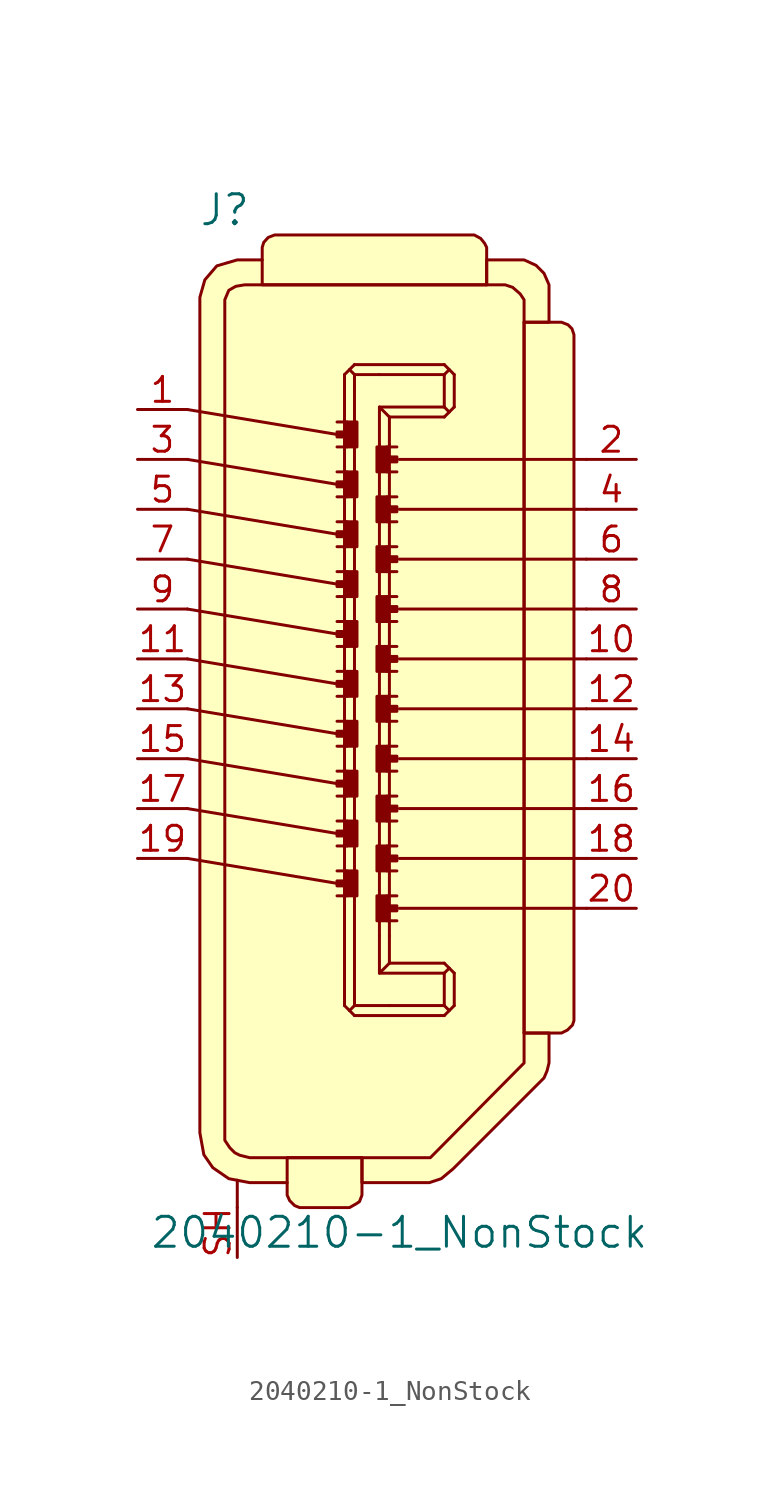
<source format=kicad_sym>
(kicad_symbol_lib
  (version 20211014)
  (generator kicad_symbol_editor)
  (symbol "2040210-1_NonStock"
    (pin_names
      (offset 1.016))
    (property "Reference" "J"
      (at -8.255 20.32 0)
      (effects (font (size 1.524 1.524))))
    (property "Value" "2040210-1_NonStock"
      (at 0.635 -31.75 0)
      (effects (font (size 1.524 1.524))))
    (symbol "2040210-1_NonStock_0_1"
      (polyline (pts (xy -10.16 -12.7) (xy -2.54 -13.97)) (stroke (width 0) (type default) (color 0 0 0 0)) (fill (type none)))
      (polyline (pts (xy -10.16 -10.16) (xy -2.54 -11.43)) (stroke (width 0) (type default) (color 0 0 0 0)) (fill (type none)))
      (polyline (pts (xy -10.16 -7.62) (xy -2.54 -8.89)) (stroke (width 0) (type default) (color 0 0 0 0)) (fill (type none)))
      (polyline (pts (xy -10.16 -5.08) (xy -2.54 -6.35)) (stroke (width 0) (type default) (color 0 0 0 0)) (fill (type none)))
      (polyline (pts (xy -10.16 -2.54) (xy -2.54 -3.81)) (stroke (width 0) (type default) (color 0 0 0 0)) (fill (type none)))
      (polyline (pts (xy -10.16 0) (xy -2.54 -1.27)) (stroke (width 0) (type default) (color 0 0 0 0)) (fill (type none)))
      (polyline (pts (xy -10.16 2.54) (xy -2.54 1.27)) (stroke (width 0) (type default) (color 0 0 0 0)) (fill (type none)))
      (polyline (pts (xy -10.16 5.08) (xy -2.54 3.81)) (stroke (width 0) (type default) (color 0 0 0 0)) (fill (type none)))
      (polyline (pts (xy -10.16 7.62) (xy -2.54 6.35)) (stroke (width 0) (type default) (color 0 0 0 0)) (fill (type none)))
      (polyline (pts (xy -10.16 10.16) (xy -2.54 8.89)) (stroke (width 0) (type default) (color 0 0 0 0)) (fill (type none)))
      (polyline (pts (xy -7.62 -30.48) (xy -7.62 -29.083)) (stroke (width 0) (type default) (color 0 0 0 0)) (fill (type none)))
      (polyline (pts (xy -2.159 -20.193) (xy -1.651 -20.701)) (stroke (width 0) (type default) (color 0 0 0 0)) (fill (type none)))
      (polyline (pts (xy -2.159 -17.907) (xy -2.159 -20.193)) (stroke (width 0) (type default) (color 0 0 0 0)) (fill (type none)))
      (polyline (pts (xy -2.159 9.652) (xy -2.159 -17.907)) (stroke (width 0) (type default) (color 0 0 0 0)) (fill (type none)))
      (polyline (pts (xy -2.159 9.652) (xy -2.159 11.938)) (stroke (width 0) (type default) (color 0 0 0 0)) (fill (type none)))
      (polyline (pts (xy -2.159 11.938) (xy -1.651 12.446)) (stroke (width 0) (type default) (color 0 0 0 0)) (fill (type none)))
      (polyline (pts (xy -2.032 -14.605) (xy -2.54 -14.605)) (stroke (width 0) (type default) (color 0 0 0 0)) (fill (type none)))
      (polyline (pts (xy -2.032 -13.335) (xy -2.54 -13.335)) (stroke (width 0) (type default) (color 0 0 0 0)) (fill (type none)))
      (polyline (pts (xy -2.032 -12.065) (xy -2.54 -12.065)) (stroke (width 0) (type default) (color 0 0 0 0)) (fill (type none)))
      (polyline (pts (xy -2.032 -10.795) (xy -2.54 -10.795)) (stroke (width 0) (type default) (color 0 0 0 0)) (fill (type none)))
      (polyline (pts (xy -2.032 -9.525) (xy -2.54 -9.525)) (stroke (width 0) (type default) (color 0 0 0 0)) (fill (type none)))
      (polyline (pts (xy -2.032 -8.255) (xy -2.54 -8.255)) (stroke (width 0) (type default) (color 0 0 0 0)) (fill (type none)))
      (polyline (pts (xy -2.032 -6.985) (xy -2.54 -6.985)) (stroke (width 0) (type default) (color 0 0 0 0)) (fill (type none)))
      (polyline (pts (xy -2.032 -5.715) (xy -2.54 -5.715)) (stroke (width 0) (type default) (color 0 0 0 0)) (fill (type none)))
      (polyline (pts (xy -2.032 -4.445) (xy -2.54 -4.445)) (stroke (width 0) (type default) (color 0 0 0 0)) (fill (type none)))
      (polyline (pts (xy -2.032 -3.175) (xy -2.54 -3.175)) (stroke (width 0) (type default) (color 0 0 0 0)) (fill (type none)))
      (polyline (pts (xy -2.032 -1.905) (xy -2.54 -1.905)) (stroke (width 0) (type default) (color 0 0 0 0)) (fill (type none)))
      (polyline (pts (xy -2.032 -0.635) (xy -2.54 -0.635)) (stroke (width 0) (type default) (color 0 0 0 0)) (fill (type none)))
      (polyline (pts (xy -2.032 0.635) (xy -2.54 0.635)) (stroke (width 0) (type default) (color 0 0 0 0)) (fill (type none)))
      (polyline (pts (xy -2.032 1.905) (xy -2.54 1.905)) (stroke (width 0) (type default) (color 0 0 0 0)) (fill (type none)))
      (polyline (pts (xy -2.032 3.175) (xy -2.54 3.175)) (stroke (width 0) (type default) (color 0 0 0 0)) (fill (type none)))
      (polyline (pts (xy -2.032 4.445) (xy -2.54 4.445)) (stroke (width 0) (type default) (color 0 0 0 0)) (fill (type none)))
      (polyline (pts (xy -2.032 5.715) (xy -2.54 5.715)) (stroke (width 0) (type default) (color 0 0 0 0)) (fill (type none)))
      (polyline (pts (xy -2.032 6.985) (xy -2.54 6.985)) (stroke (width 0) (type default) (color 0 0 0 0)) (fill (type none)))
      (polyline (pts (xy -2.032 8.255) (xy -2.54 8.255)) (stroke (width 0) (type default) (color 0 0 0 0)) (fill (type none)))
      (polyline (pts (xy -2.032 9.525) (xy -2.54 9.525)) (stroke (width 0) (type default) (color 0 0 0 0)) (fill (type none)))
      (polyline (pts (xy -1.651 -20.193) (xy -1.905 -20.447)) (stroke (width 0) (type default) (color 0 0 0 0)) (fill (type none)))
      (polyline (pts (xy -1.651 -17.907) (xy -1.651 -19.558)) (stroke (width 0) (type default) (color 0 0 0 0)) (fill (type none)))
      (polyline (pts (xy -1.651 9.652) (xy -1.651 -17.907)) (stroke (width 0) (type default) (color 0 0 0 0)) (fill (type none)))
      (polyline (pts (xy -1.651 9.652) (xy -1.651 11.303)) (stroke (width 0) (type default) (color 0 0 0 0)) (fill (type none)))
      (polyline (pts (xy -1.651 11.938) (xy -1.905 12.192)) (stroke (width 0) (type default) (color 0 0 0 0)) (fill (type none)))
      (polyline (pts (xy -0.381 -18.542) (xy 2.921 -18.542)) (stroke (width 0) (type default) (color 0 0 0 0)) (fill (type none)))
      (polyline (pts (xy -0.381 8.382) (xy -0.381 -16.637)) (stroke (width 0) (type default) (color 0 0 0 0)) (fill (type none)))
      (polyline (pts (xy -0.381 10.287) (xy 2.921 10.287)) (stroke (width 0) (type default) (color 0 0 0 0)) (fill (type none)))
      (polyline (pts (xy -0.381 11.938) (xy 2.921 11.938)) (stroke (width 0) (type default) (color 0 0 0 0)) (fill (type none)))
      (polyline (pts (xy 0 -15.875) (xy 0.508 -15.875)) (stroke (width 0) (type default) (color 0 0 0 0)) (fill (type none)))
      (polyline (pts (xy 0 -14.605) (xy 0.508 -14.605)) (stroke (width 0) (type default) (color 0 0 0 0)) (fill (type none)))
      (polyline (pts (xy 0 -13.335) (xy 0.508 -13.335)) (stroke (width 0) (type default) (color 0 0 0 0)) (fill (type none)))
      (polyline (pts (xy 0 -12.065) (xy 0.508 -12.065)) (stroke (width 0) (type default) (color 0 0 0 0)) (fill (type none)))
      (polyline (pts (xy 0 -10.795) (xy 0.508 -10.795)) (stroke (width 0) (type default) (color 0 0 0 0)) (fill (type none)))
      (polyline (pts (xy 0 -9.525) (xy 0.508 -9.525)) (stroke (width 0) (type default) (color 0 0 0 0)) (fill (type none)))
      (polyline (pts (xy 0 -8.255) (xy 0.508 -8.255)) (stroke (width 0) (type default) (color 0 0 0 0)) (fill (type none)))
      (polyline (pts (xy 0 -6.985) (xy 0.508 -6.985)) (stroke (width 0) (type default) (color 0 0 0 0)) (fill (type none)))
      (polyline (pts (xy 0 -5.715) (xy 0.508 -5.715)) (stroke (width 0) (type default) (color 0 0 0 0)) (fill (type none)))
      (polyline (pts (xy 0 -4.445) (xy 0.508 -4.445)) (stroke (width 0) (type default) (color 0 0 0 0)) (fill (type none)))
      (polyline (pts (xy 0 -3.175) (xy 0.508 -3.175)) (stroke (width 0) (type default) (color 0 0 0 0)) (fill (type none)))
      (polyline (pts (xy 0 -1.905) (xy 0.508 -1.905)) (stroke (width 0) (type default) (color 0 0 0 0)) (fill (type none)))
      (polyline (pts (xy 0 -0.635) (xy 0.508 -0.635)) (stroke (width 0) (type default) (color 0 0 0 0)) (fill (type none)))
      (polyline (pts (xy 0 0.635) (xy 0.508 0.635)) (stroke (width 0) (type default) (color 0 0 0 0)) (fill (type none)))
      (polyline (pts (xy 0 1.905) (xy 0.508 1.905)) (stroke (width 0) (type default) (color 0 0 0 0)) (fill (type none)))
      (polyline (pts (xy 0 3.175) (xy 0.508 3.175)) (stroke (width 0) (type default) (color 0 0 0 0)) (fill (type none)))
      (polyline (pts (xy 0 4.445) (xy 0.508 4.445)) (stroke (width 0) (type default) (color 0 0 0 0)) (fill (type none)))
      (polyline (pts (xy 0 5.715) (xy 0.508 5.715)) (stroke (width 0) (type default) (color 0 0 0 0)) (fill (type none)))
      (polyline (pts (xy 0 6.985) (xy 0.508 6.985)) (stroke (width 0) (type default) (color 0 0 0 0)) (fill (type none)))
      (polyline (pts (xy 0 8.255) (xy 0.508 8.255)) (stroke (width 0) (type default) (color 0 0 0 0)) (fill (type none)))
      (polyline (pts (xy 0.127 -20.193) (xy 2.921 -20.193)) (stroke (width 0) (type default) (color 0 0 0 0)) (fill (type none)))
      (polyline (pts (xy 0.127 -18.034) (xy 2.921 -18.034)) (stroke (width 0) (type default) (color 0 0 0 0)) (fill (type none)))
      (polyline (pts (xy 0.127 -16.637) (xy 0.127 -18.034)) (stroke (width 0) (type default) (color 0 0 0 0)) (fill (type none)))
      (polyline (pts (xy 0.127 8.382) (xy 0.127 -16.637)) (stroke (width 0) (type default) (color 0 0 0 0)) (fill (type none)))
      (polyline (pts (xy 0.127 8.382) (xy 0.127 9.779)) (stroke (width 0) (type default) (color 0 0 0 0)) (fill (type none)))
      (polyline (pts (xy 0.127 9.779) (xy 2.921 9.779)) (stroke (width 0) (type default) (color 0 0 0 0)) (fill (type none)))
      (polyline (pts (xy 2.921 -20.701) (xy -1.651 -20.701)) (stroke (width 0) (type default) (color 0 0 0 0)) (fill (type none)))
      (polyline (pts (xy 2.921 -20.701) (xy 3.429 -20.193)) (stroke (width 0) (type default) (color 0 0 0 0)) (fill (type none)))
      (polyline (pts (xy 2.921 -20.193) (xy 3.175 -20.447)) (stroke (width 0) (type default) (color 0 0 0 0)) (fill (type none)))
      (polyline (pts (xy 2.921 -18.542) (xy 2.921 -20.193)) (stroke (width 0) (type default) (color 0 0 0 0)) (fill (type none)))
      (polyline (pts (xy 2.921 -18.542) (xy 3.175 -18.288)) (stroke (width 0) (type default) (color 0 0 0 0)) (fill (type none)))
      (polyline (pts (xy 2.921 -18.034) (xy 3.429 -18.542)) (stroke (width 0) (type default) (color 0 0 0 0)) (fill (type none)))
      (polyline (pts (xy 2.921 9.779) (xy 3.429 10.287)) (stroke (width 0) (type default) (color 0 0 0 0)) (fill (type none)))
      (polyline (pts (xy 2.921 10.287) (xy 2.921 11.938)) (stroke (width 0) (type default) (color 0 0 0 0)) (fill (type none)))
      (polyline (pts (xy 2.921 10.287) (xy 3.175 10.033)) (stroke (width 0) (type default) (color 0 0 0 0)) (fill (type none)))
      (polyline (pts (xy 2.921 11.938) (xy 3.175 12.192)) (stroke (width 0) (type default) (color 0 0 0 0)) (fill (type none)))
      (polyline (pts (xy 2.921 12.446) (xy -1.651 12.446)) (stroke (width 0) (type default) (color 0 0 0 0)) (fill (type none)))
      (polyline (pts (xy 2.921 12.446) (xy 3.429 11.938)) (stroke (width 0) (type default) (color 0 0 0 0)) (fill (type none)))
      (polyline (pts (xy 3.429 -20.193) (xy 3.429 -18.542)) (stroke (width 0) (type default) (color 0 0 0 0)) (fill (type none)))
      (polyline (pts (xy 3.429 11.938) (xy 3.429 10.287)) (stroke (width 0) (type default) (color 0 0 0 0)) (fill (type none)))
      (polyline (pts (xy 10.16 -15.24) (xy 0.635 -15.24)) (stroke (width 0) (type default) (color 0 0 0 0)) (fill (type none)))
      (polyline (pts (xy 10.16 -12.7) (xy 0.635 -12.7)) (stroke (width 0) (type default) (color 0 0 0 0)) (fill (type none)))
      (polyline (pts (xy 10.16 -10.16) (xy 0.635 -10.16)) (stroke (width 0) (type default) (color 0 0 0 0)) (fill (type none)))
      (polyline (pts (xy 10.16 -7.62) (xy 0.635 -7.62)) (stroke (width 0) (type default) (color 0 0 0 0)) (fill (type none)))
      (polyline (pts (xy 10.16 -5.08) (xy 0.635 -5.08)) (stroke (width 0) (type default) (color 0 0 0 0)) (fill (type none)))
      (polyline (pts (xy 10.16 -2.54) (xy 0.635 -2.54)) (stroke (width 0) (type default) (color 0 0 0 0)) (fill (type none)))
      (polyline (pts (xy 10.16 0) (xy 0.635 0)) (stroke (width 0) (type default) (color 0 0 0 0)) (fill (type none)))
      (polyline (pts (xy 10.16 2.54) (xy 0.635 2.54)) (stroke (width 0) (type default) (color 0 0 0 0)) (fill (type none)))
      (polyline (pts (xy 10.16 5.08) (xy 0.635 5.08)) (stroke (width 0) (type default) (color 0 0 0 0)) (fill (type none)))
      (polyline (pts (xy 10.16 7.62) (xy 0.635 7.62)) (stroke (width 0) (type default) (color 0 0 0 0)) (fill (type none)))
      (polyline (pts (xy -1.651 -19.558) (xy -1.651 -20.193) (xy 0.127 -20.193)) (stroke (width 0) (type default) (color 0 0 0 0)) (fill (type none)))
      (polyline (pts (xy -1.651 11.303) (xy -1.651 11.938) (xy -0.381 11.938)) (stroke (width 0) (type default) (color 0 0 0 0)) (fill (type none)))
      (polyline (pts (xy -0.381 -16.637) (xy -0.381 -18.542) (xy 0.127 -18.034)) (stroke (width 0) (type default) (color 0 0 0 0)) (fill (type none)))
      (polyline (pts (xy -0.381 8.382) (xy -0.381 10.287) (xy 0.127 9.779)) (stroke (width 0) (type default) (color 0 0 0 0)) (fill (type none)))
      (polyline (pts (xy -2.032 -14.605) (xy -2.032 -13.335) (xy -1.524 -13.335) (xy -1.524 -14.605) (xy -2.032 -14.605)) (stroke (width 0) (type default) (color 0 0 0 0)) (fill (type outline)))
      (polyline (pts (xy -2.032 -14.097) (xy -2.54 -14.097) (xy -2.54 -13.843) (xy -2.032 -13.843) (xy -2.032 -14.097)) (stroke (width 0) (type default) (color 0 0 0 0)) (fill (type outline)))
      (polyline (pts (xy -2.032 -12.065) (xy -2.032 -10.795) (xy -1.524 -10.795) (xy -1.524 -12.065) (xy -2.032 -12.065)) (stroke (width 0) (type default) (color 0 0 0 0)) (fill (type outline)))
      (polyline (pts (xy -2.032 -11.557) (xy -2.54 -11.557) (xy -2.54 -11.303) (xy -2.032 -11.303) (xy -2.032 -11.557)) (stroke (width 0) (type default) (color 0 0 0 0)) (fill (type outline)))
      (polyline (pts (xy -2.032 -9.525) (xy -2.032 -8.255) (xy -1.524 -8.255) (xy -1.524 -9.525) (xy -2.032 -9.525)) (stroke (width 0) (type default) (color 0 0 0 0)) (fill (type outline)))
      (polyline (pts (xy -2.032 -9.017) (xy -2.54 -9.017) (xy -2.54 -8.763) (xy -2.032 -8.763) (xy -2.032 -9.017)) (stroke (width 0) (type default) (color 0 0 0 0)) (fill (type outline)))
      (polyline (pts (xy -2.032 -6.985) (xy -2.032 -5.715) (xy -1.524 -5.715) (xy -1.524 -6.985) (xy -2.032 -6.985)) (stroke (width 0) (type default) (color 0 0 0 0)) (fill (type outline)))
      (polyline (pts (xy -2.032 -6.477) (xy -2.54 -6.477) (xy -2.54 -6.223) (xy -2.032 -6.223) (xy -2.032 -6.477)) (stroke (width 0) (type default) (color 0 0 0 0)) (fill (type outline)))
      (polyline (pts (xy -2.032 -4.445) (xy -2.032 -3.175) (xy -1.524 -3.175) (xy -1.524 -4.445) (xy -2.032 -4.445)) (stroke (width 0) (type default) (color 0 0 0 0)) (fill (type outline)))
      (polyline (pts (xy -2.032 -3.937) (xy -2.54 -3.937) (xy -2.54 -3.683) (xy -2.032 -3.683) (xy -2.032 -3.937)) (stroke (width 0) (type default) (color 0 0 0 0)) (fill (type outline)))
      (polyline (pts (xy -2.032 -1.905) (xy -2.032 -0.635) (xy -1.524 -0.635) (xy -1.524 -1.905) (xy -2.032 -1.905)) (stroke (width 0) (type default) (color 0 0 0 0)) (fill (type outline)))
      (polyline (pts (xy -2.032 -1.397) (xy -2.54 -1.397) (xy -2.54 -1.143) (xy -2.032 -1.143) (xy -2.032 -1.397)) (stroke (width 0) (type default) (color 0 0 0 0)) (fill (type outline)))
      (polyline (pts (xy -2.032 0.635) (xy -2.032 1.905) (xy -1.524 1.905) (xy -1.524 0.635) (xy -2.032 0.635)) (stroke (width 0) (type default) (color 0 0 0 0)) (fill (type outline)))
      (polyline (pts (xy -2.032 1.143) (xy -2.54 1.143) (xy -2.54 1.397) (xy -2.032 1.397) (xy -2.032 1.143)) (stroke (width 0) (type default) (color 0 0 0 0)) (fill (type outline)))
      (polyline (pts (xy -2.032 3.175) (xy -2.032 4.445) (xy -1.524 4.445) (xy -1.524 3.175) (xy -2.032 3.175)) (stroke (width 0) (type default) (color 0 0 0 0)) (fill (type outline)))
      (polyline (pts (xy -2.032 3.683) (xy -2.54 3.683) (xy -2.54 3.937) (xy -2.032 3.937) (xy -2.032 3.683)) (stroke (width 0) (type default) (color 0 0 0 0)) (fill (type outline)))
      (polyline (pts (xy -2.032 5.715) (xy -2.032 6.985) (xy -1.524 6.985) (xy -1.524 5.715) (xy -2.032 5.715)) (stroke (width 0) (type default) (color 0 0 0 0)) (fill (type outline)))
      (polyline (pts (xy -2.032 6.223) (xy -2.54 6.223) (xy -2.54 6.477) (xy -2.032 6.477) (xy -2.032 6.223)) (stroke (width 0) (type default) (color 0 0 0 0)) (fill (type outline)))
      (polyline (pts (xy -2.032 8.255) (xy -2.032 9.525) (xy -1.524 9.525) (xy -1.524 8.255) (xy -2.032 8.255)) (stroke (width 0) (type default) (color 0 0 0 0)) (fill (type outline)))
      (polyline (pts (xy -2.032 8.763) (xy -2.54 8.763) (xy -2.54 9.017) (xy -2.032 9.017) (xy -2.032 8.763)) (stroke (width 0) (type default) (color 0 0 0 0)) (fill (type outline)))
      (polyline (pts (xy 0 -15.113) (xy 0.508 -15.113) (xy 0.508 -15.367) (xy 0 -15.367) (xy 0 -15.113)) (stroke (width 0) (type default) (color 0 0 0 0)) (fill (type outline)))
      (polyline (pts (xy 0 -14.605) (xy 0 -15.875) (xy -0.508 -15.875) (xy -0.508 -14.605) (xy 0 -14.605)) (stroke (width 0) (type default) (color 0 0 0 0)) (fill (type outline)))
      (polyline (pts (xy 0 -12.573) (xy 0.508 -12.573) (xy 0.508 -12.827) (xy 0 -12.827) (xy 0 -12.573)) (stroke (width 0) (type default) (color 0 0 0 0)) (fill (type outline)))
      (polyline (pts (xy 0 -12.065) (xy 0 -13.335) (xy -0.508 -13.335) (xy -0.508 -12.065) (xy 0 -12.065)) (stroke (width 0) (type default) (color 0 0 0 0)) (fill (type outline)))
      (polyline (pts (xy 0 -10.033) (xy 0.508 -10.033) (xy 0.508 -10.287) (xy 0 -10.287) (xy 0 -10.033)) (stroke (width 0) (type default) (color 0 0 0 0)) (fill (type outline)))
      (polyline (pts (xy 0 -9.525) (xy 0 -10.795) (xy -0.508 -10.795) (xy -0.508 -9.525) (xy 0 -9.525)) (stroke (width 0) (type default) (color 0 0 0 0)) (fill (type outline)))
      (polyline (pts (xy 0 -7.493) (xy 0.508 -7.493) (xy 0.508 -7.747) (xy 0 -7.747) (xy 0 -7.493)) (stroke (width 0) (type default) (color 0 0 0 0)) (fill (type outline)))
      (polyline (pts (xy 0 -6.985) (xy 0 -8.255) (xy -0.508 -8.255) (xy -0.508 -6.985) (xy 0 -6.985)) (stroke (width 0) (type default) (color 0 0 0 0)) (fill (type outline)))
      (polyline (pts (xy 0 -4.953) (xy 0.508 -4.953) (xy 0.508 -5.207) (xy 0 -5.207) (xy 0 -4.953)) (stroke (width 0) (type default) (color 0 0 0 0)) (fill (type outline)))
      (polyline (pts (xy 0 -4.445) (xy 0 -5.715) (xy -0.508 -5.715) (xy -0.508 -4.445) (xy 0 -4.445)) (stroke (width 0) (type default) (color 0 0 0 0)) (fill (type outline)))
      (polyline (pts (xy 0 -2.413) (xy 0.508 -2.413) (xy 0.508 -2.667) (xy 0 -2.667) (xy 0 -2.413)) (stroke (width 0) (type default) (color 0 0 0 0)) (fill (type outline)))
      (polyline (pts (xy 0 -1.905) (xy 0 -3.175) (xy -0.508 -3.175) (xy -0.508 -1.905) (xy 0 -1.905)) (stroke (width 0) (type default) (color 0 0 0 0)) (fill (type outline)))
      (polyline (pts (xy 0 0.127) (xy 0.508 0.127) (xy 0.508 -0.127) (xy 0 -0.127) (xy 0 0.127)) (stroke (width 0) (type default) (color 0 0 0 0)) (fill (type outline)))
      (polyline (pts (xy 0 0.635) (xy 0 -0.635) (xy -0.508 -0.635) (xy -0.508 0.635) (xy 0 0.635)) (stroke (width 0) (type default) (color 0 0 0 0)) (fill (type outline)))
      (polyline (pts (xy 0 2.667) (xy 0.508 2.667) (xy 0.508 2.413) (xy 0 2.413) (xy 0 2.667)) (stroke (width 0) (type default) (color 0 0 0 0)) (fill (type outline)))
      (polyline (pts (xy 0 3.175) (xy 0 1.905) (xy -0.508 1.905) (xy -0.508 3.175) (xy 0 3.175)) (stroke (width 0) (type default) (color 0 0 0 0)) (fill (type outline)))
      (polyline (pts (xy 0 5.207) (xy 0.508 5.207) (xy 0.508 4.953) (xy 0 4.953) (xy 0 5.207)) (stroke (width 0) (type default) (color 0 0 0 0)) (fill (type outline)))
      (polyline (pts (xy 0 5.715) (xy 0 4.445) (xy -0.508 4.445) (xy -0.508 5.715) (xy 0 5.715)) (stroke (width 0) (type default) (color 0 0 0 0)) (fill (type outline)))
      (polyline (pts (xy 0 7.747) (xy 0.508 7.747) (xy 0.508 7.493) (xy 0 7.493) (xy 0 7.747)) (stroke (width 0) (type default) (color 0 0 0 0)) (fill (type outline)))
      (polyline (pts (xy 0 8.255) (xy 0 6.985) (xy -0.508 6.985) (xy -0.508 8.255) (xy 0 8.255)) (stroke (width 0) (type default) (color 0 0 0 0)) (fill (type outline)))
      (polyline (pts (xy 6.985 14.605) (xy 8.255 14.605) (xy 8.255 16.51) (xy 8.001 17.094) (xy 7.595 17.501) (xy 6.985 17.78) (xy 5.08 17.78) (xy 5.08 16.51)) (stroke (width 0) (type default) (color 0 0 0 0)) (fill (type background)))
      (polyline (pts (xy -1.27 -27.94) (xy -1.27 -29.21) (xy 2.159 -29.21) (xy 2.769 -29.007) (xy 3.378 -28.499) (xy 8.001 -23.876) (xy 8.153 -23.52) (xy 8.255 -23.114) (xy 8.255 -21.59) (xy 6.985 -21.59)) (stroke (width 0) (type default) (color 0 0 0 0)) (fill (type background)))
      (polyline (pts (xy -6.35 16.51) (xy -6.35 18.415) (xy -6.274 18.669) (xy -6.045 18.923) (xy -5.715 19.05) (xy 4.445 19.05) (xy 4.775 18.872) (xy 4.978 18.618) (xy 5.08 18.415) (xy 5.08 16.51) (xy -6.35 16.51)) (stroke (width 0) (type default) (color 0 0 0 0)) (fill (type background)))
      (polyline (pts (xy -6.35 17.78) (xy -7.62 17.78) (xy -8.661 17.475) (xy -9.271 16.764) (xy -9.525 15.875) (xy -9.525 -26.67) (xy -9.322 -27.788) (xy -8.865 -28.448) (xy -8.052 -29.007) (xy -6.985 -29.21) (xy -5.08 -29.21)) (stroke (width 0) (type default) (color 0 0 0 0)) (fill (type background)))
      (polyline (pts (xy -1.27 -27.94) (xy -1.27 -29.845) (xy -1.397 -30.175) (xy -1.549 -30.277) (xy -1.905 -30.48) (xy -4.445 -30.48) (xy -4.699 -30.378) (xy -4.953 -30.124) (xy -5.08 -29.845) (xy -5.08 -27.94) (xy -1.27 -27.94)) (stroke (width 0) (type default) (color 0 0 0 0)) (fill (type background)))
      (polyline (pts (xy 6.985 14.605) (xy 8.89 14.605) (xy 9.22 14.478) (xy 9.423 14.275) (xy 9.525 13.97) (xy 9.525 -20.955) (xy 9.449 -21.184) (xy 9.195 -21.438) (xy 8.89 -21.59) (xy 6.985 -21.59) (xy 6.985 14.605)) (stroke (width 0) (type default) (color 0 0 0 0)) (fill (type background)))
      (polyline (pts (xy -7.239 16.51) (xy 6.02 16.51) (xy 6.401 16.383) (xy 6.782 16.053) (xy 6.985 15.748) (xy 6.985 -23.114) (xy 2.21 -27.94) (xy -6.985 -27.94) (xy -7.493 -27.813) (xy -7.747 -27.686) (xy -8.001 -27.432) (xy -8.255 -27.051) (xy -8.255 15.748) (xy -8.052 16.231) (xy -7.696 16.434) (xy -7.239 16.51)) (stroke (width 0) (type default) (color 0 0 0 0)) (fill (type background))))
    (symbol "2040210-1_NonStock_1_1"
      (pin passive line (at -12.7 10.16 0) (length 2.54) (name "~" (effects (font (size 1.27 1.27)))) (number "1" (effects (font (size 1.27 1.27)))))
      (pin passive line (at 12.7 -2.54 180) (length 2.54) (name "~" (effects (font (size 1.27 1.27)))) (number "10" (effects (font (size 1.27 1.27)))))
      (pin passive line (at -12.7 -2.54 0) (length 2.54) (name "~" (effects (font (size 1.27 1.27)))) (number "11" (effects (font (size 1.27 1.27)))))
      (pin passive line (at 12.7 -5.08 180) (length 2.54) (name "~" (effects (font (size 1.27 1.27)))) (number "12" (effects (font (size 1.27 1.27)))))
      (pin passive line (at -12.7 -5.08 0) (length 2.54) (name "~" (effects (font (size 1.27 1.27)))) (number "13" (effects (font (size 1.27 1.27)))))
      (pin passive line (at 12.7 -7.62 180) (length 2.54) (name "~" (effects (font (size 1.27 1.27)))) (number "14" (effects (font (size 1.27 1.27)))))
      (pin passive line (at -12.7 -7.62 0) (length 2.54) (name "~" (effects (font (size 1.27 1.27)))) (number "15" (effects (font (size 1.27 1.27)))))
      (pin passive line (at 12.7 -10.16 180) (length 2.54) (name "~" (effects (font (size 1.27 1.27)))) (number "16" (effects (font (size 1.27 1.27)))))
      (pin passive line (at -12.7 -10.16 0) (length 2.54) (name "~" (effects (font (size 1.27 1.27)))) (number "17" (effects (font (size 1.27 1.27)))))
      (pin passive line (at 12.7 -12.7 180) (length 2.54) (name "~" (effects (font (size 1.27 1.27)))) (number "18" (effects (font (size 1.27 1.27)))))
      (pin passive line (at -12.7 -12.7 0) (length 2.54) (name "~" (effects (font (size 1.27 1.27)))) (number "19" (effects (font (size 1.27 1.27)))))
      (pin passive line (at 12.7 7.62 180) (length 2.54) (name "~" (effects (font (size 1.27 1.27)))) (number "2" (effects (font (size 1.27 1.27)))))
      (pin passive line (at 12.7 -15.24 180) (length 2.54) (name "~" (effects (font (size 1.27 1.27)))) (number "20" (effects (font (size 1.27 1.27)))))
      (pin passive line (at -12.7 7.62 0) (length 2.54) (name "~" (effects (font (size 1.27 1.27)))) (number "3" (effects (font (size 1.27 1.27)))))
      (pin passive line (at 12.7 5.08 180) (length 2.54) (name "~" (effects (font (size 1.27 1.27)))) (number "4" (effects (font (size 1.27 1.27)))))
      (pin passive line (at -12.7 5.08 0) (length 2.54) (name "~" (effects (font (size 1.27 1.27)))) (number "5" (effects (font (size 1.27 1.27)))))
      (pin passive line (at 12.7 2.54 180) (length 2.54) (name "~" (effects (font (size 1.27 1.27)))) (number "6" (effects (font (size 1.27 1.27)))))
      (pin passive line (at -12.7 2.54 0) (length 2.54) (name "~" (effects (font (size 1.27 1.27)))) (number "7" (effects (font (size 1.27 1.27)))))
      (pin passive line (at 12.7 0 180) (length 2.54) (name "~" (effects (font (size 1.27 1.27)))) (number "8" (effects (font (size 1.27 1.27)))))
      (pin passive line (at -12.7 0 0) (length 2.54) (name "~" (effects (font (size 1.27 1.27)))) (number "9" (effects (font (size 1.27 1.27)))))
      (pin unspecified line (at -7.62 -33.02 90) (length 2.54) (name "~" (effects (font (size 1.27 1.27)))) (number "SH" (effects (font (size 1.27 1.27))))))))
</source>
